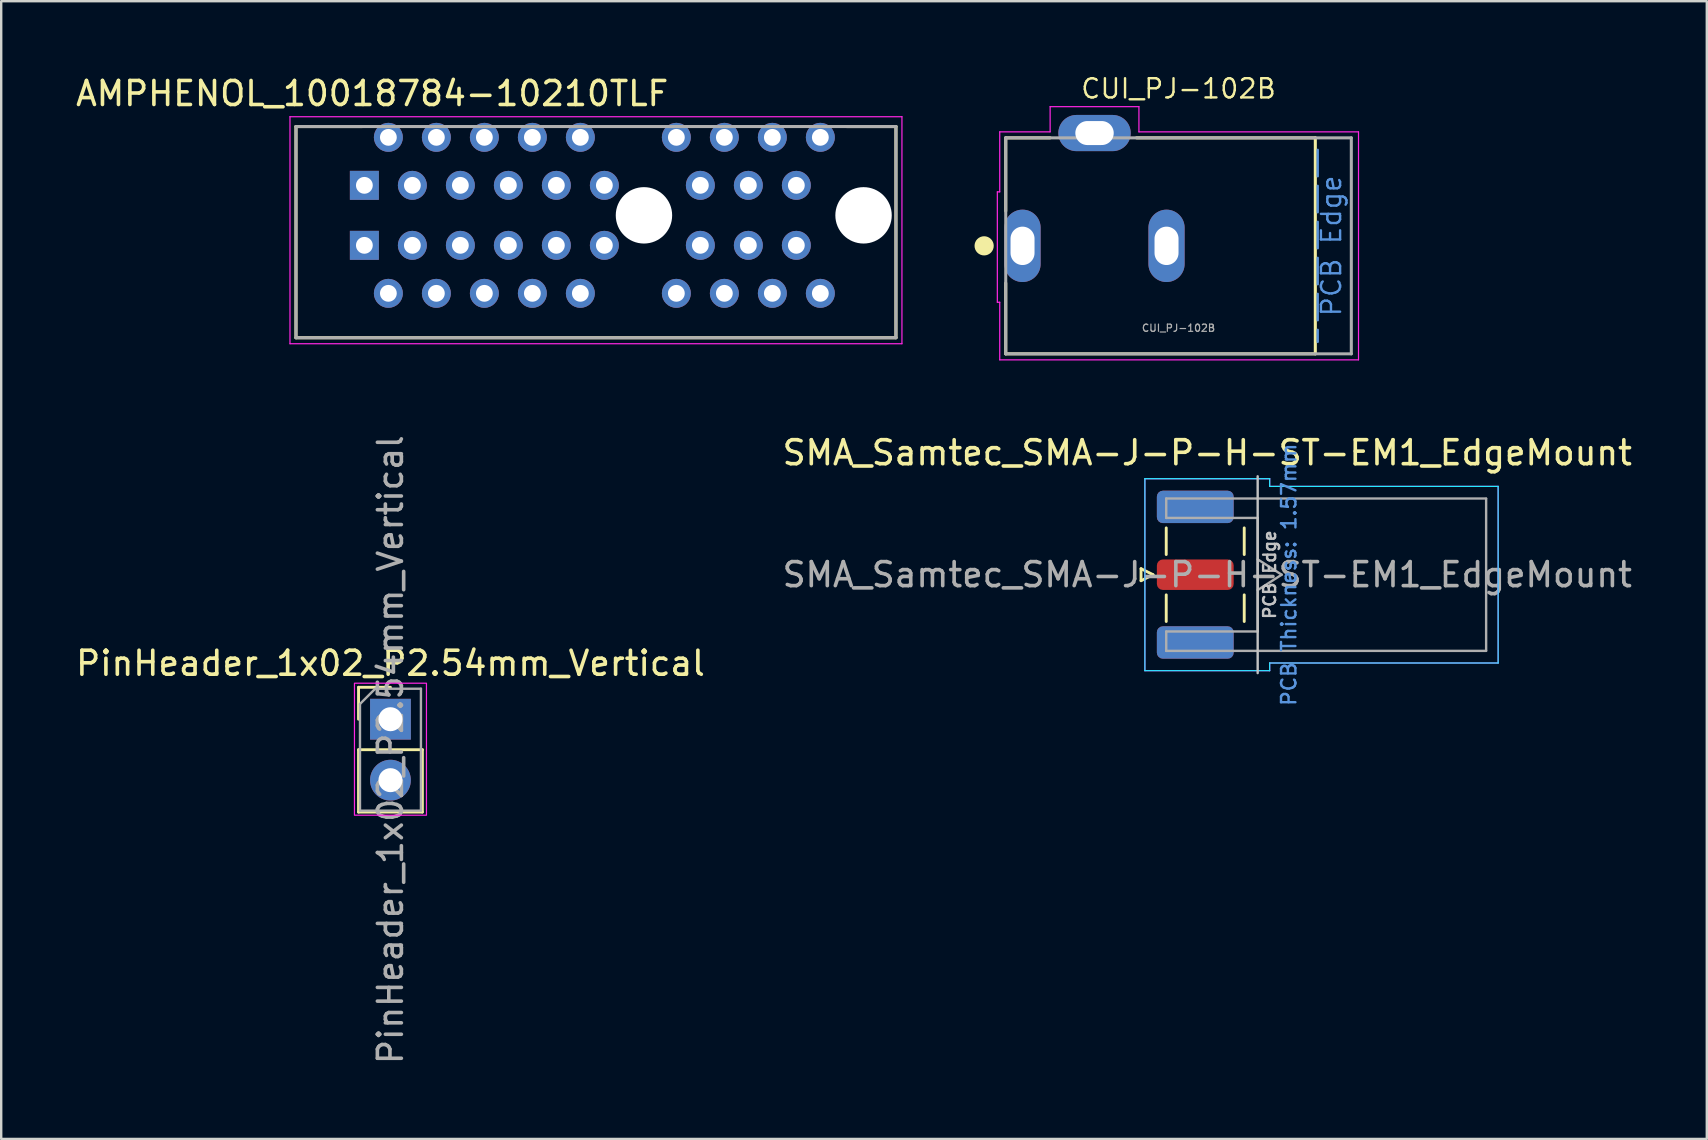
<source format=kicad_pcb>
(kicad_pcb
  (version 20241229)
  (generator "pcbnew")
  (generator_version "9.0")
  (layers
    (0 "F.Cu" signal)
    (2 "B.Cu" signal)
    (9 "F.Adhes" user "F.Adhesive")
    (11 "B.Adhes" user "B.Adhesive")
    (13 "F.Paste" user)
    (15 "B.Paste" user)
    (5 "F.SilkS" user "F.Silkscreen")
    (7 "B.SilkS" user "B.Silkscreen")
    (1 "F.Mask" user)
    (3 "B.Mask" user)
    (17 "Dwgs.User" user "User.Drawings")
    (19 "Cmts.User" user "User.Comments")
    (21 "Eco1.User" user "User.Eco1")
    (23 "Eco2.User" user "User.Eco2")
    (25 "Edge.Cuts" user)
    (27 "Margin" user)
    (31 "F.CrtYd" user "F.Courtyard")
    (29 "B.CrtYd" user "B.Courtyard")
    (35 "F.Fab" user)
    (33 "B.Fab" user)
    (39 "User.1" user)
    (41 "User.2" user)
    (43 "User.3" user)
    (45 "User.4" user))
  (footprint "PinHeader_1x02_P2.54mm_Vertical"
    (layer "F.Cu")
    (at 13.22 26.919)
    (property "Reference" "PinHeader_1x02_P2.54mm_Vertical" (at 0 -2.33 0) (layer "F.SilkS") (effects (font (size 1 1) (thickness 0.15))))
    (attr through_hole)
    (fp_line (start -1.33 -1.33) (end 0 -1.33) (stroke (width 0.12) (type solid)) (layer "F.SilkS"))
    (fp_line (start -1.33 0) (end -1.33 -1.33) (stroke (width 0.12) (type solid)) (layer "F.SilkS"))
    (fp_line (start -1.33 1.27) (end -1.33 3.87) (stroke (width 0.12) (type solid)) (layer "F.SilkS"))
    (fp_line (start -1.33 1.27) (end 1.33 1.27) (stroke (width 0.12) (type solid)) (layer "F.SilkS"))
    (fp_line (start -1.33 3.87) (end 1.33 3.87) (stroke (width 0.12) (type solid)) (layer "F.SilkS"))
    (fp_line (start 1.33 1.27) (end 1.33 3.87) (stroke (width 0.12) (type solid)) (layer "F.SilkS"))
    (fp_rect (start -1.5 -1.5) (end 1.5 4) (stroke (width 0.05) (type default)) (fill no) (layer "F.CrtYd"))
    (fp_line (start -1.27 -0.635) (end -0.635 -1.27) (stroke (width 0.1) (type solid)) (layer "F.Fab"))
    (fp_line (start -1.27 3.81) (end -1.27 -0.635) (stroke (width 0.1) (type solid)) (layer "F.Fab"))
    (fp_line (start -0.635 -1.27) (end 1.27 -1.27) (stroke (width 0.1) (type solid)) (layer "F.Fab"))
    (fp_line (start 1.27 -1.27) (end 1.27 3.81) (stroke (width 0.1) (type solid)) (layer "F.Fab"))
    (fp_line (start 1.27 3.81) (end -1.27 3.81) (stroke (width 0.1) (type solid)) (layer "F.Fab"))
    (fp_text user "${REFERENCE}" (at 0 1.27 90) (layer "F.Fab") (effects (font (size 1 1) (thickness 0.15))))
    (pad "1" thru_hole rect (at 0 0) (size 1.7 1.7) (drill 1) (layers "*.Cu" "*.Mask"))
    (pad "2" thru_hole oval (at 0 2.54) (size 1.7 1.7) (drill 1) (layers "*.Cu" "*.Mask")))
  (footprint "CUI_PJ-102B"
    (layer "F.Cu")
    (at 46.058 7.194)
    (property "Reference" "CUI_PJ-102B" (at 0 -6.55 0) (layer "F.SilkS") (effects (font (size 0.8 0.8) (thickness 0.1))))
    (attr through_hole)
    (fp_line (start -7.2 -4.5) (end -5.35 -4.5) (stroke (width 0.127) (type solid)) (layer "F.SilkS"))
    (fp_line (start -7.2 -1.45) (end -7.2 -4.5) (stroke (width 0.127) (type solid)) (layer "F.SilkS"))
    (fp_line (start -7.2 4.5) (end -7.2 1.55) (stroke (width 0.127) (type solid)) (layer "F.SilkS"))
    (fp_line (start -1.75 -4.5) (end 5.7 -4.5) (stroke (width 0.127) (type solid)) (layer "F.SilkS"))
    (fp_line (start 5.7 -4.5) (end 5.7 4.5) (stroke (width 0.127) (type solid)) (layer "F.SilkS"))
    (fp_line (start 5.7 4.5) (end -7.2 4.5) (stroke (width 0.127) (type solid)) (layer "F.SilkS"))
    (fp_circle (center -8.1 0) (end -7.9 0) (stroke (width 0.4) (type solid)) (fill no) (layer "F.SilkS"))
    (fp_line (start 5.8 -4) (end 5.8 4) (stroke (width 0.1) (type dash)) (layer "Cmts.User"))
    (fp_line (start -7.55 -2.25) (end -7.55 2.35) (stroke (width 0.05) (type solid)) (layer "F.CrtYd"))
    (fp_line (start -7.55 2.35) (end -7.45 2.35) (stroke (width 0.05) (type solid)) (layer "F.CrtYd"))
    (fp_line (start -7.45 -4.75) (end -5.35 -4.75) (stroke (width 0.05) (type solid)) (layer "F.CrtYd"))
    (fp_line (start -7.45 -2.25) (end -7.55 -2.25) (stroke (width 0.05) (type solid)) (layer "F.CrtYd"))
    (fp_line (start -7.45 -2.25) (end -7.45 -4.75) (stroke (width 0.05) (type solid)) (layer "F.CrtYd"))
    (fp_line (start -7.45 4.75) (end -7.45 2.35) (stroke (width 0.05) (type solid)) (layer "F.CrtYd"))
    (fp_line (start -5.35 -5.8) (end -1.65 -5.8) (stroke (width 0.05) (type solid)) (layer "F.CrtYd"))
    (fp_line (start -5.35 -4.75) (end -5.35 -5.8) (stroke (width 0.05) (type solid)) (layer "F.CrtYd"))
    (fp_line (start -1.65 -5.8) (end -1.65 -4.75) (stroke (width 0.05) (type solid)) (layer "F.CrtYd"))
    (fp_line (start -1.65 -4.75) (end 7.5 -4.75) (stroke (width 0.05) (type solid)) (layer "F.CrtYd"))
    (fp_line (start 7.5 -4.75) (end 7.5 4.75) (stroke (width 0.05) (type solid)) (layer "F.CrtYd"))
    (fp_line (start 7.5 4.75) (end -7.45 4.75) (stroke (width 0.05) (type solid)) (layer "F.CrtYd"))
    (fp_line (start -7.2 -4.5) (end 7.2 -4.5) (stroke (width 0.127) (type solid)) (layer "F.Fab"))
    (fp_line (start -7.2 4.5) (end -7.2 -4.5) (stroke (width 0.127) (type solid)) (layer "F.Fab"))
    (fp_line (start 7.2 -4.5) (end 7.2 4.5) (stroke (width 0.127) (type solid)) (layer "F.Fab"))
    (fp_line (start 7.2 4.5) (end -7.2 4.5) (stroke (width 0.127) (type solid)) (layer "F.Fab"))
    (fp_text user "PCB Edge" (at 5.9 0 90) (unlocked yes) (layer "Cmts.User") (effects (font (size 0.8 0.8) (thickness 0.1)) (justify top)))
    (fp_text user "${REFERENCE}" (at 0 3.425 0) (layer "F.Fab") (effects (font (size 0.3 0.3) (thickness 0.05) (bold yes))))
    (pad "1" thru_hole oval (at -6.5 0) (size 1.508 3.016) (drill oval 1 1.6) (layers "*.Cu" "*.Mask"))
    (pad "2" thru_hole oval (at -0.5 0) (size 1.508 3.016) (drill oval 1 1.6) (layers "*.Cu" "*.Mask"))
    (pad "3" thru_hole oval (at -3.5 -4.7) (size 3.016 1.508) (drill oval 1.6 1) (layers "*.Cu" "*.Mask")))
  (footprint "AMPHENOL_10018784-10210TLF"
    (layer "F.Cu")
    (at 23.783 5.923)
    (property "Reference" "AMPHENOL_10018784-10210TLF" (at -11.325 -5.075 0) (layer "F.SilkS") (effects (font (size 1 1) (thickness 0.15))))
    (attr through_hole)
    (fp_line (start -14.5 -3.7) (end -11.75 -3.7) (stroke (width 0.127) (type solid)) (layer "F.SilkS"))
    (fp_line (start -14.5 5.1) (end -14.5 -3.7) (stroke (width 0.127) (type solid)) (layer "F.SilkS"))
    (fp_line (start 10.5 -3.7) (end 8.45 -3.7) (stroke (width 0.127) (type solid)) (layer "F.SilkS"))
    (fp_line (start 10.5 -3.7) (end 10.5 5.1) (stroke (width 0.127) (type solid)) (layer "F.SilkS"))
    (fp_line (start 10.5 5.1) (end -14.5 5.1) (stroke (width 0.127) (type solid)) (layer "F.SilkS"))
    (fp_line (start -14.75 -4.11) (end 10.75 -4.11) (stroke (width 0.05) (type solid)) (layer "F.CrtYd"))
    (fp_line (start -14.75 5.35) (end -14.75 -4.11) (stroke (width 0.05) (type solid)) (layer "F.CrtYd"))
    (fp_line (start 10.75 -4.11) (end 10.75 5.35) (stroke (width 0.05) (type solid)) (layer "F.CrtYd"))
    (fp_line (start 10.75 5.35) (end -14.75 5.35) (stroke (width 0.05) (type solid)) (layer "F.CrtYd"))
    (fp_line (start -14.5 -3.7) (end 10.5 -3.7) (stroke (width 0.127) (type solid)) (layer "F.Fab"))
    (fp_line (start -14.5 5.1) (end -14.5 -3.7) (stroke (width 0.127) (type solid)) (layer "F.Fab"))
    (fp_line (start 10.5 -3.7) (end 10.5 5.1) (stroke (width 0.127) (type solid)) (layer "F.Fab"))
    (fp_line (start 10.5 5.1) (end -14.5 5.1) (stroke (width 0.127) (type solid)) (layer "F.Fab"))
    (pad "" np_thru_hole circle (at 0 0) (size 2.35 2.35) (drill 2.35) (layers "*.Cu" "*.Mask"))
    (pad "" np_thru_hole circle (at 9.15 0) (size 2.35 2.35) (drill 2.35) (layers "*.Cu" "*.Mask"))
    (pad "A1" thru_hole rect (at -11.65 -1.25) (size 1.208 1.208) (drill 0.7) (layers "*.Cu" "*.Mask"))
    (pad "A2" thru_hole circle (at -10.65 -3.25) (size 1.208 1.208) (drill 0.7) (layers "*.Cu" "*.Mask"))
    (pad "A3" thru_hole circle (at -9.65 -1.25) (size 1.208 1.208) (drill 0.7) (layers "*.Cu" "*.Mask"))
    (pad "A4" thru_hole circle (at -8.65 -3.25) (size 1.208 1.208) (drill 0.7) (layers "*.Cu" "*.Mask"))
    (pad "A5" thru_hole circle (at -7.65 -1.25) (size 1.208 1.208) (drill 0.7) (layers "*.Cu" "*.Mask"))
    (pad "A6" thru_hole circle (at -6.65 -3.25) (size 1.208 1.208) (drill 0.7) (layers "*.Cu" "*.Mask"))
    (pad "A7" thru_hole circle (at -5.65 -1.25) (size 1.208 1.208) (drill 0.7) (layers "*.Cu" "*.Mask"))
    (pad "A8" thru_hole circle (at -4.65 -3.25) (size 1.208 1.208) (drill 0.7) (layers "*.Cu" "*.Mask"))
    (pad "A9" thru_hole circle (at -3.65 -1.25) (size 1.208 1.208) (drill 0.7) (layers "*.Cu" "*.Mask"))
    (pad "A10" thru_hole circle (at -2.65 -3.25) (size 1.208 1.208) (drill 0.7) (layers "*.Cu" "*.Mask"))
    (pad "A11" thru_hole circle (at -1.65 -1.25) (size 1.208 1.208) (drill 0.7) (layers "*.Cu" "*.Mask"))
    (pad "A12" thru_hole circle (at 1.35 -3.25) (size 1.208 1.208) (drill 0.7) (layers "*.Cu" "*.Mask"))
    (pad "A13" thru_hole circle (at 2.35 -1.25) (size 1.208 1.208) (drill 0.7) (layers "*.Cu" "*.Mask"))
    (pad "A14" thru_hole circle (at 3.35 -3.25) (size 1.208 1.208) (drill 0.7) (layers "*.Cu" "*.Mask"))
    (pad "A15" thru_hole circle (at 4.35 -1.25) (size 1.208 1.208) (drill 0.7) (layers "*.Cu" "*.Mask"))
    (pad "A16" thru_hole circle (at 5.35 -3.25) (size 1.208 1.208) (drill 0.7) (layers "*.Cu" "*.Mask"))
    (pad "A17" thru_hole circle (at 6.35 -1.25) (size 1.208 1.208) (drill 0.7) (layers "*.Cu" "*.Mask"))
    (pad "A18" thru_hole circle (at 7.35 -3.25) (size 1.208 1.208) (drill 0.7) (layers "*.Cu" "*.Mask"))
    (pad "B1" thru_hole rect (at -11.65 1.25) (size 1.208 1.208) (drill 0.7) (layers "*.Cu" "*.Mask"))
    (pad "B2" thru_hole circle (at -10.65 3.25) (size 1.208 1.208) (drill 0.7) (layers "*.Cu" "*.Mask"))
    (pad "B3" thru_hole circle (at -9.65 1.25) (size 1.208 1.208) (drill 0.7) (layers "*.Cu" "*.Mask"))
    (pad "B4" thru_hole circle (at -8.65 3.25) (size 1.208 1.208) (drill 0.7) (layers "*.Cu" "*.Mask"))
    (pad "B5" thru_hole circle (at -7.65 1.25) (size 1.208 1.208) (drill 0.7) (layers "*.Cu" "*.Mask"))
    (pad "B6" thru_hole circle (at -6.65 3.25) (size 1.208 1.208) (drill 0.7) (layers "*.Cu" "*.Mask"))
    (pad "B7" thru_hole circle (at -5.65 1.25) (size 1.208 1.208) (drill 0.7) (layers "*.Cu" "*.Mask"))
    (pad "B8" thru_hole circle (at -4.65 3.25) (size 1.208 1.208) (drill 0.7) (layers "*.Cu" "*.Mask"))
    (pad "B9" thru_hole circle (at -3.65 1.25) (size 1.208 1.208) (drill 0.7) (layers "*.Cu" "*.Mask"))
    (pad "B10" thru_hole circle (at -2.65 3.25) (size 1.208 1.208) (drill 0.7) (layers "*.Cu" "*.Mask"))
    (pad "B11" thru_hole circle (at -1.65 1.25) (size 1.208 1.208) (drill 0.7) (layers "*.Cu" "*.Mask"))
    (pad "B12" thru_hole circle (at 1.35 3.25) (size 1.208 1.208) (drill 0.7) (layers "*.Cu" "*.Mask"))
    (pad "B13" thru_hole circle (at 2.35 1.25) (size 1.208 1.208) (drill 0.7) (layers "*.Cu" "*.Mask"))
    (pad "B14" thru_hole circle (at 3.35 3.25) (size 1.208 1.208) (drill 0.7) (layers "*.Cu" "*.Mask"))
    (pad "B15" thru_hole circle (at 4.35 1.25) (size 1.208 1.208) (drill 0.7) (layers "*.Cu" "*.Mask"))
    (pad "B16" thru_hole circle (at 5.35 3.25) (size 1.208 1.208) (drill 0.7) (layers "*.Cu" "*.Mask"))
    (pad "B17" thru_hole circle (at 6.35 1.25) (size 1.208 1.208) (drill 0.7) (layers "*.Cu" "*.Mask"))
    (pad "B18" thru_hole circle (at 7.35 3.25) (size 1.208 1.208) (drill 0.7) (layers "*.Cu" "*.Mask")))
  (footprint "SMA_Samtec_SMA-J-P-H-ST-EM1_EdgeMount"
    (layer "F.Cu")
    (at 47.256 20.897)
    (property "Reference" "SMA_Samtec_SMA-J-P-H-ST-EM1_EdgeMount" (at 0 -5.08 180) (layer "F.SilkS") (effects (font (size 1 1) (thickness 0.15))))
    (attr smd)
    (fp_line (start -2.76 -0.25) (end -2.76 0.25) (stroke (width 0.12) (type solid)) (layer "F.SilkS"))
    (fp_line (start -2.76 0.25) (end -2.26 0) (stroke (width 0.12) (type solid)) (layer "F.SilkS"))
    (fp_line (start -2.26 0) (end -2.76 -0.25) (stroke (width 0.12) (type solid)) (layer "F.SilkS"))
    (fp_line (start -1.71 -0.84) (end -1.71 -1.95) (stroke (width 0.12) (type solid)) (layer "F.SilkS"))
    (fp_line (start -1.71 1.95) (end -1.71 0.84) (stroke (width 0.12) (type solid)) (layer "F.SilkS"))
    (fp_line (start 1.54 -0.84) (end 1.54 -1.95) (stroke (width 0.12) (type solid)) (layer "F.SilkS"))
    (fp_line (start 1.54 1.95) (end 1.54 0.84) (stroke (width 0.12) (type solid)) (layer "F.SilkS"))
    (fp_line (start 2.1 -4.1) (end 2.1 4.1) (stroke (width 0.1) (type solid)) (layer "Dwgs.User"))
    (fp_line (start -2.6 4) (end -2.6 -4) (stroke (width 0.05) (type solid)) (layer "B.CrtYd"))
    (fp_line (start 2.6 -4) (end -2.6 -4) (stroke (width 0.05) (type solid)) (layer "B.CrtYd"))
    (fp_line (start 2.6 -4) (end 2.6 -3.68) (stroke (width 0.05) (type solid)) (layer "B.CrtYd"))
    (fp_line (start 2.6 -3.68) (end 12.12 -3.68) (stroke (width 0.05) (type solid)) (layer "B.CrtYd"))
    (fp_line (start 2.6 3.68) (end 2.6 4) (stroke (width 0.05) (type solid)) (layer "B.CrtYd"))
    (fp_line (start 2.6 4) (end -2.6 4) (stroke (width 0.05) (type solid)) (layer "B.CrtYd"))
    (fp_line (start 12.12 -3.68) (end 12.12 3.68) (stroke (width 0.05) (type solid)) (layer "B.CrtYd"))
    (fp_line (start 12.12 3.68) (end 2.6 3.68) (stroke (width 0.05) (type solid)) (layer "B.CrtYd"))
    (fp_line (start -2.6 4) (end -2.6 -4) (stroke (width 0.05) (type solid)) (layer "F.CrtYd"))
    (fp_line (start 2.6 -4) (end -2.6 -4) (stroke (width 0.05) (type solid)) (layer "F.CrtYd"))
    (fp_line (start 2.6 -3.68) (end 2.6 -4) (stroke (width 0.05) (type solid)) (layer "F.CrtYd"))
    (fp_line (start 2.6 -3.68) (end 12.12 -3.68) (stroke (width 0.05) (type solid)) (layer "F.CrtYd"))
    (fp_line (start 2.6 3.68) (end 2.6 4) (stroke (width 0.05) (type solid)) (layer "F.CrtYd"))
    (fp_line (start 2.6 4) (end -2.6 4) (stroke (width 0.05) (type solid)) (layer "F.CrtYd"))
    (fp_line (start 12.12 -3.68) (end 12.12 3.68) (stroke (width 0.05) (type solid)) (layer "F.CrtYd"))
    (fp_line (start 12.12 3.68) (end 2.6 3.68) (stroke (width 0.05) (type solid)) (layer "F.CrtYd"))
    (fp_line (start -1.71 -3.175) (end -1.71 -2.365) (stroke (width 0.1) (type solid)) (layer "F.Fab"))
    (fp_line (start -1.71 -3.175) (end 11.62 -3.175) (stroke (width 0.1) (type solid)) (layer "F.Fab"))
    (fp_line (start -1.71 -2.365) (end 2.1 -2.365) (stroke (width 0.1) (type solid)) (layer "F.Fab"))
    (fp_line (start -1.71 2.365) (end -1.71 3.175) (stroke (width 0.1) (type solid)) (layer "F.Fab"))
    (fp_line (start -1.71 3.175) (end 11.62 3.175) (stroke (width 0.1) (type solid)) (layer "F.Fab"))
    (fp_line (start 2.1 -2.365) (end 2.1 2.365) (stroke (width 0.1) (type solid)) (layer "F.Fab"))
    (fp_line (start 2.1 -0.64) (end 3.1 0) (stroke (width 0.1) (type solid)) (layer "F.Fab"))
    (fp_line (start 2.1 2.365) (end -1.71 2.365) (stroke (width 0.1) (type solid)) (layer "F.Fab"))
    (fp_line (start 3.1 0) (end 2.1 0.64) (stroke (width 0.1) (type solid)) (layer "F.Fab"))
    (fp_line (start 11.62 -3.165) (end 11.62 3.165) (stroke (width 0.1) (type solid)) (layer "F.Fab"))
    (fp_text user "PCB Edge" (at 2.6 0 90) (layer "Dwgs.User") (effects (font (size 0.5 0.5) (thickness 0.1))))
    (fp_text user "PCB Thickness: 1.57mm" (at 3.4 0 90) (layer "Cmts.User") (effects (font (size 0.6 0.6) (thickness 0.1) (bold yes))))
    (fp_text user "${REFERENCE}" (at 0 0 0) (layer "F.Fab") (effects (font (size 1 1) (thickness 0.15))))
    (pad "1" smd roundrect (at -0.5 0 90) (size 1.27 3.2) (layers "F.Cu" "F.Mask") (roundrect_rratio 0.197))
    (pad "2" smd roundrect (at -0.5 -2.825 90) (size 1.35 3.2) (layers "F.Cu" "F.Mask") (roundrect_rratio 0.185))
    (pad "2" smd roundrect (at -0.5 -2.825 90) (size 1.35 3.2) (layers "B.Cu" "B.Mask") (roundrect_rratio 0.185))
    (pad "2" smd roundrect (at -0.5 2.825 90) (size 1.35 3.2) (layers "F.Cu" "F.Mask") (roundrect_rratio 0.185))
    (pad "2" smd roundrect (at -0.5 2.825 90) (size 1.35 3.2) (layers "B.Cu" "B.Mask") (roundrect_rratio 0.185)))
  (gr_rect
    (start -3 -3)
    (end 68.071 44.409)
    (stroke (width 0.1) (type default))
    (fill no)
    (layer "Edge.Cuts")))
</source>
